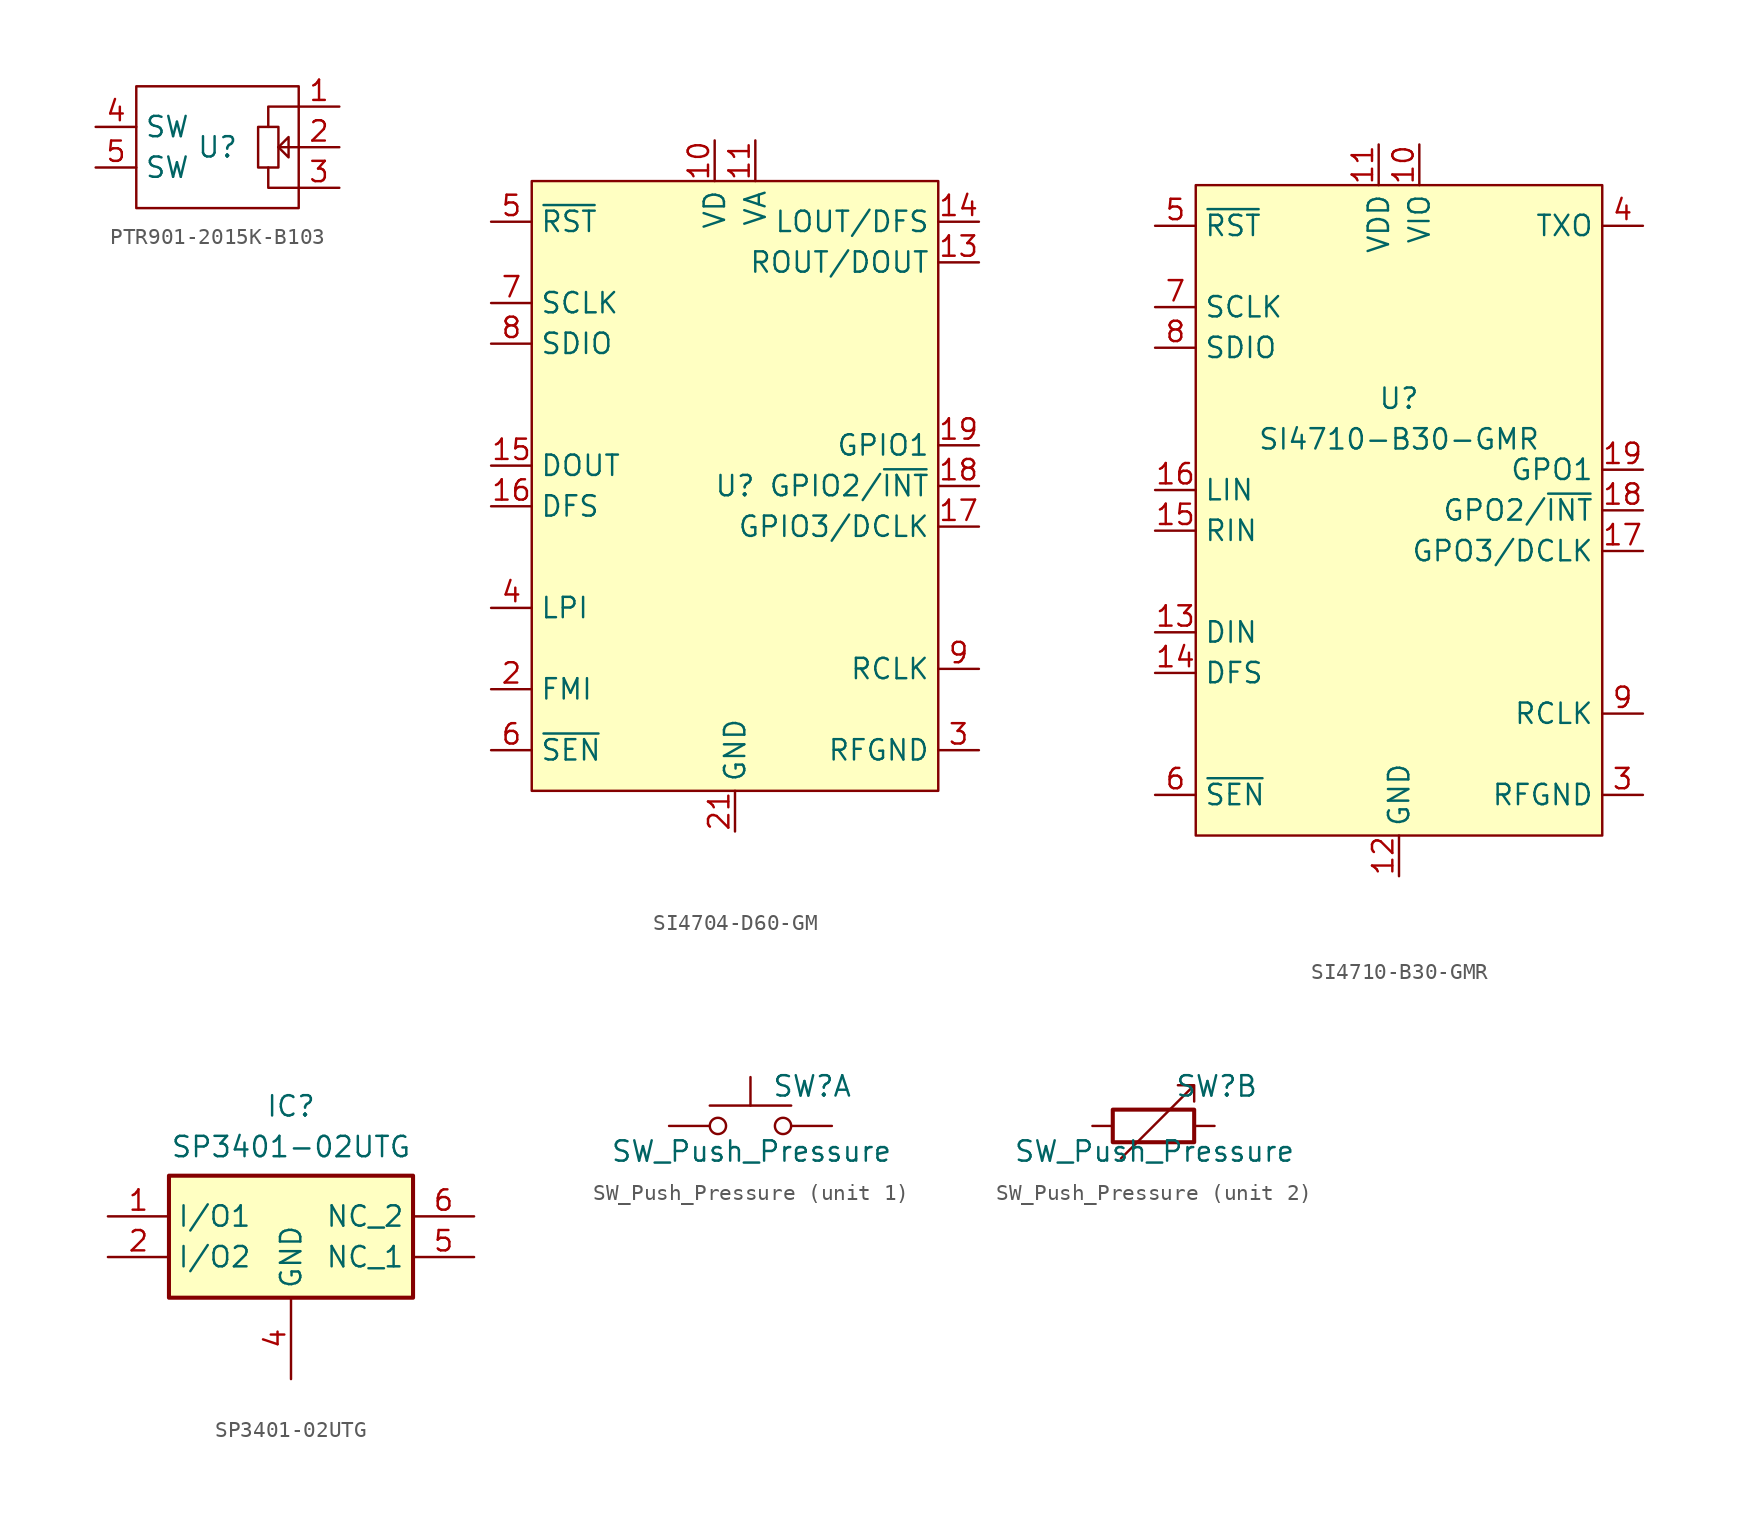
<source format=kicad_sym>
(kicad_symbol_lib
  (version 20241209)
  (generator "kicad_symbol_editor")
  (generator_version "9.0")
  (symbol "PTR901-2015K-B103"
    (property "Reference" "U"
      (at 0 0 0)
      (effects (font (size 1.27 1.27))))
    (property "Value" ""
      (at 0 0 0)
      (effects (font (size 1.27 1.27))))
    (symbol "PTR901-2015K-B103_0_1"
      (rectangle (start -5.08 3.81) (end 5.08 -3.81) (stroke (width 0) (type default)) (fill (type none)))
      (polyline (pts (xy 3.175 1.27) (xy 3.175 2.54) (xy 5.08 2.54)) (stroke (width 0) (type default)) (fill (type none)))
      (polyline (pts (xy 3.175 -1.27) (xy 3.175 -2.54) (xy 5.08 -2.54)) (stroke (width 0) (type default)) (fill (type none)))
      (rectangle (start 3.81 1.27) (end 2.54 -1.27) (stroke (width 0) (type default)) (fill (type none)))
      (polyline (pts (xy 3.81 0) (xy 5.08 0)) (stroke (width 0) (type default)) (fill (type none)))
      (polyline (pts (xy 3.81 0) (xy 4.445 -0.635) (xy 4.445 0.635) (xy 3.81 0)) (stroke (width 0) (type default)) (fill (type none))))
    (symbol "PTR901-2015K-B103_1_1"
      (pin input line (at -7.62 1.27 0) (length 2.54) (name "SW" (effects (font (size 1.27 1.27)))) (number "4" (effects (font (size 1.27 1.27)))))
      (pin input line (at -7.62 -1.27 0) (length 2.54) (name "SW" (effects (font (size 1.27 1.27)))) (number "5" (effects (font (size 1.27 1.27)))))
      (pin input line (at 7.62 2.54 180) (length 2.54) (name "" (effects (font (size 1.27 1.27)))) (number "1" (effects (font (size 1.27 1.27)))))
      (pin input line (at 7.62 0 180) (length 2.54) (name "" (effects (font (size 1.27 1.27)))) (number "2" (effects (font (size 1.27 1.27)))))
      (pin input line (at 7.62 -2.54 180) (length 2.54) (name "" (effects (font (size 1.27 1.27)))) (number "3" (effects (font (size 1.27 1.27)))))))
  (symbol "SI4704-D60-GM"
    (property "Reference" "U"
      (at 0 0 0)
      (effects (font (size 1.27 1.27))))
    (property "Value" ""
      (at 0 0 0)
      (effects (font (size 1.27 1.27))))
    (symbol "SI4704-D60-GM_1_1"
      (rectangle (start -12.7 19.05) (end 12.7 -19.05) (stroke (width 0) (type solid)) (fill (type background)))
      (pin input line (at -15.24 16.51 0) (length 2.54) (name "~{RST}" (effects (font (size 1.27 1.27)))) (number "5" (effects (font (size 1.27 1.27)))))
      (pin input line (at -15.24 11.43 0) (length 2.54) (name "SCLK" (effects (font (size 1.27 1.27)))) (number "7" (effects (font (size 1.27 1.27)))))
      (pin input line (at -15.24 8.89 0) (length 2.54) (name "SDIO" (effects (font (size 1.27 1.27)))) (number "8" (effects (font (size 1.27 1.27)))))
      (pin output line (at -15.24 1.27 0) (length 2.54) (name "DOUT" (effects (font (size 1.27 1.27)))) (number "15" (effects (font (size 1.27 1.27)))))
      (pin output line (at -15.24 -1.27 0) (length 2.54) (name "DFS" (effects (font (size 1.27 1.27)))) (number "16" (effects (font (size 1.27 1.27)))))
      (pin input line (at -15.24 -7.62 0) (length 2.54) (name "LPI" (effects (font (size 1.27 1.27)))) (number "4" (effects (font (size 1.27 1.27)))))
      (pin input line (at -15.24 -12.7 0) (length 2.54) (name "FMI" (effects (font (size 1.27 1.27)))) (number "2" (effects (font (size 1.27 1.27)))))
      (pin input line (at -15.24 -16.51 0) (length 2.54) (name "~{SEN}" (effects (font (size 1.27 1.27)))) (number "6" (effects (font (size 1.27 1.27)))))
      (pin input line (at -1.27 21.59 270) (length 2.54) (name "VD" (effects (font (size 1.27 1.27)))) (number "10" (effects (font (size 1.27 1.27)))))
      (pin power_in line (at 0 -21.59 90) (length 2.54) (hide yes) (name "GND" (effects (font (size 1.27 1.27)))) (number "12" (effects (font (size 1.27 1.27)))))
      (pin power_in line (at 0 -21.59 90) (length 2.54) (name "GND" (effects (font (size 1.27 1.27)))) (number "21" (effects (font (size 1.27 1.27)))))
      (pin input line (at 1.27 21.59 270) (length 2.54) (name "VA" (effects (font (size 1.27 1.27)))) (number "11" (effects (font (size 1.27 1.27)))))
      (pin no_connect line (at 10.16 -21.59 90) (length 2.54) (hide yes) (name "NC" (effects (font (size 1.27 1.27)))) (number "20" (effects (font (size 1.27 1.27)))))
      (pin no_connect line (at 12.7 -21.59 90) (length 2.54) (hide yes) (name "NC" (effects (font (size 1.27 1.27)))) (number "1" (effects (font (size 1.27 1.27)))))
      (pin output line (at 15.24 16.51 180) (length 2.54) (name "LOUT/DFS" (effects (font (size 1.27 1.27)))) (number "14" (effects (font (size 1.27 1.27)))))
      (pin output line (at 15.24 13.97 180) (length 2.54) (name "ROUT/DOUT" (effects (font (size 1.27 1.27)))) (number "13" (effects (font (size 1.27 1.27)))))
      (pin output line (at 15.24 2.54 180) (length 2.54) (name "GPIO1" (effects (font (size 1.27 1.27)))) (number "19" (effects (font (size 1.27 1.27)))))
      (pin output line (at 15.24 0 180) (length 2.54) (name "GPIO2/~{INT}" (effects (font (size 1.27 1.27)))) (number "18" (effects (font (size 1.27 1.27)))))
      (pin output line (at 15.24 -2.54 180) (length 2.54) (name "GPIO3/DCLK" (effects (font (size 1.27 1.27)))) (number "17" (effects (font (size 1.27 1.27)))))
      (pin input line (at 15.24 -11.43 180) (length 2.54) (name "RCLK" (effects (font (size 1.27 1.27)))) (number "9" (effects (font (size 1.27 1.27)))))
      (pin power_out line (at 15.24 -16.51 180) (length 2.54) (name "RFGND" (effects (font (size 1.27 1.27)))) (number "3" (effects (font (size 1.27 1.27)))))))
  (symbol "SI4710-B30-GMR"
    (property "Reference" "U"
      (at 0 6.985 0)
      (effects (font (size 1.27 1.27))))
    (property "Value" "SI4710-B30-GMR"
      (at 0 4.445 0)
      (effects (font (size 1.27 1.27))))
    (symbol "SI4710-B30-GMR_1_1"
      (rectangle (start -12.7 20.32) (end 12.7 -20.32) (stroke (width 0) (type solid)) (fill (type background)))
      (pin input line (at -15.24 17.78 0) (length 2.54) (name "~{RST}" (effects (font (size 1.27 1.27)))) (number "5" (effects (font (size 1.27 1.27)))))
      (pin input line (at -15.24 12.7 0) (length 2.54) (name "SCLK" (effects (font (size 1.27 1.27)))) (number "7" (effects (font (size 1.27 1.27)))))
      (pin bidirectional line (at -15.24 10.16 0) (length 2.54) (name "SDIO" (effects (font (size 1.27 1.27)))) (number "8" (effects (font (size 1.27 1.27)))))
      (pin input line (at -15.24 1.27 0) (length 2.54) (name "LIN" (effects (font (size 1.27 1.27)))) (number "16" (effects (font (size 1.27 1.27)))))
      (pin input line (at -15.24 -1.27 0) (length 2.54) (name "RIN" (effects (font (size 1.27 1.27)))) (number "15" (effects (font (size 1.27 1.27)))))
      (pin input line (at -15.24 -7.62 0) (length 2.54) (name "DIN" (effects (font (size 1.27 1.27)))) (number "13" (effects (font (size 1.27 1.27)))))
      (pin input line (at -15.24 -10.16 0) (length 2.54) (name "DFS" (effects (font (size 1.27 1.27)))) (number "14" (effects (font (size 1.27 1.27)))))
      (pin input line (at -15.24 -17.78 0) (length 2.54) (name "~{SEN}" (effects (font (size 1.27 1.27)))) (number "6" (effects (font (size 1.27 1.27)))))
      (pin power_in line (at -1.27 22.86 270) (length 2.54) (name "VDD" (effects (font (size 1.27 1.27)))) (number "11" (effects (font (size 1.27 1.27)))))
      (pin power_in line (at 0 -22.86 90) (length 2.54) (name "GND" (effects (font (size 1.27 1.27)))) (number "12" (effects (font (size 1.27 1.27)))))
      (pin passive line (at 0 -22.86 90) (length 2.54) (hide yes) (name "GND_PAD" (effects (font (size 1.27 1.27)))) (number "21" (effects (font (size 1.27 1.27)))))
      (pin power_in line (at 1.27 22.86 270) (length 2.54) (name "VIO" (effects (font (size 1.27 1.27)))) (number "10" (effects (font (size 1.27 1.27)))))
      (pin no_connect line (at 3.81 -22.86 90) (length 2.54) (hide yes) (name "NC" (effects (font (size 1.27 1.27)))) (number "1" (effects (font (size 1.27 1.27)))))
      (pin no_connect line (at 6.35 -22.86 90) (length 2.54) (hide yes) (name "NC" (effects (font (size 1.27 1.27)))) (number "20" (effects (font (size 1.27 1.27)))))
      (pin no_connect line (at 8.89 -22.86 90) (length 2.54) (hide yes) (name "NC" (effects (font (size 1.27 1.27)))) (number "2" (effects (font (size 1.27 1.27)))))
      (pin input line (at 15.24 17.78 180) (length 2.54) (name "TXO" (effects (font (size 1.27 1.27)))) (number "4" (effects (font (size 1.27 1.27)))))
      (pin input line (at 15.24 2.54 180) (length 2.54) (name "GPO1" (effects (font (size 1.27 1.27)))) (number "19" (effects (font (size 1.27 1.27)))))
      (pin input line (at 15.24 0 180) (length 2.54) (name "GPO2/~{INT}" (effects (font (size 1.27 1.27)))) (number "18" (effects (font (size 1.27 1.27)))))
      (pin input line (at 15.24 -2.54 180) (length 2.54) (name "GPO3/DCLK" (effects (font (size 1.27 1.27)))) (number "17" (effects (font (size 1.27 1.27)))))
      (pin input line (at 15.24 -12.7 180) (length 2.54) (name "RCLK" (effects (font (size 1.27 1.27)))) (number "9" (effects (font (size 1.27 1.27)))))
      (pin power_out line (at 15.24 -17.78 180) (length 2.54) (name "RFGND" (effects (font (size 1.27 1.27)))) (number "3" (effects (font (size 1.27 1.27)))))))
  (symbol "SP3401-02UTG"
    (property "Reference" "IC"
      (at 0 8.89 0)
      (effects (font (size 1.27 1.27)) (justify top)))
    (property "Value" "SP3401-02UTG"
      (at 0 6.35 0)
      (effects (font (size 1.27 1.27)) (justify top)))
    (symbol "SP3401-02UTG_1_1"
      (rectangle (start -7.62 3.81) (end 7.62 -3.81) (stroke (width 0.254) (type default)) (fill (type background)))
      (pin passive line (at -11.43 1.27 0) (length 3.81) (name "I/O1" (effects (font (size 1.27 1.27)))) (number "1" (effects (font (size 1.27 1.27)))))
      (pin passive line (at -11.43 -1.27 0) (length 3.81) (name "I/O2" (effects (font (size 1.27 1.27)))) (number "2" (effects (font (size 1.27 1.27)))))
      (pin passive line (at 0 -8.89 90) (length 5.08) (hide yes) (name "GND" (effects (font (size 1.27 1.27)))) (number "3" (effects (font (size 1.27 1.27)))))
      (pin passive line (at 0 -8.89 90) (length 5.08) (name "GND" (effects (font (size 1.27 1.27)))) (number "4" (effects (font (size 1.27 1.27)))))
      (pin passive line (at 11.43 1.27 180) (length 3.81) (name "NC_2" (effects (font (size 1.27 1.27)))) (number "6" (effects (font (size 1.27 1.27)))))
      (pin passive line (at 11.43 -1.27 180) (length 3.81) (name "NC_1" (effects (font (size 1.27 1.27)))) (number "5" (effects (font (size 1.27 1.27)))))))
  (symbol "SW_Push_Pressure"
    (pin_numbers
      (hide yes))
    (pin_names
      (offset 1.016)
      (hide yes))
    (property "Reference" "SW"
      (at 1.333 2.477 0)
      (effects (font (size 1.27 1.27)) (justify left)))
    (property "Value" "SW_Push_Pressure"
      (at 0.064 -1.587 0)
      (effects (font (size 1.27 1.27))))
    (property "ki_locked" ""
      (at 0 0 0)
      (effects (font (size 1.27 1.27))))
    (symbol "SW_Push_Pressure_1_1"
      (circle (center -2.032 0) (radius 0.508) (stroke (width 0) (type solid)) (fill (type none)))
      (polyline (pts (xy 0 1.27) (xy 0 3.048)) (stroke (width 0) (type solid)) (fill (type none)))
      (circle (center 2.032 0) (radius 0.508) (stroke (width 0) (type solid)) (fill (type none)))
      (polyline (pts (xy 2.54 1.27) (xy -2.54 1.27)) (stroke (width 0) (type solid)) (fill (type none)))
      (pin passive line (at -5.08 0 0) (length 2.54) (name "1" (effects (font (size 1.27 1.27)))) (number "1" (effects (font (size 1.27 1.27)))))
      (pin passive line (at 5.08 0 180) (length 2.54) (name "2" (effects (font (size 1.27 1.27)))) (number "2" (effects (font (size 1.27 1.27))))))
    (symbol "SW_Push_Pressure_2_1"
      (rectangle (start -2.54 1.016) (end 2.54 -1.016) (stroke (width 0.254) (type solid)) (fill (type none)))
      (polyline (pts (xy 1.524 2.54) (xy 2.54 2.54) (xy 2.54 1.524) (xy 2.54 2.54) (xy -2.032 -2.032)) (stroke (width 0) (type solid)) (fill (type none)))
      (pin passive line (at -3.81 0 0) (length 1.27) (name "~" (effects (font (size 1.27 1.27)))) (number "3" (effects (font (size 1.27 1.27)))))
      (pin passive line (at 3.81 0 180) (length 1.27) (name "~" (effects (font (size 1.27 1.27)))) (number "4" (effects (font (size 1.27 1.27))))))))
</source>
